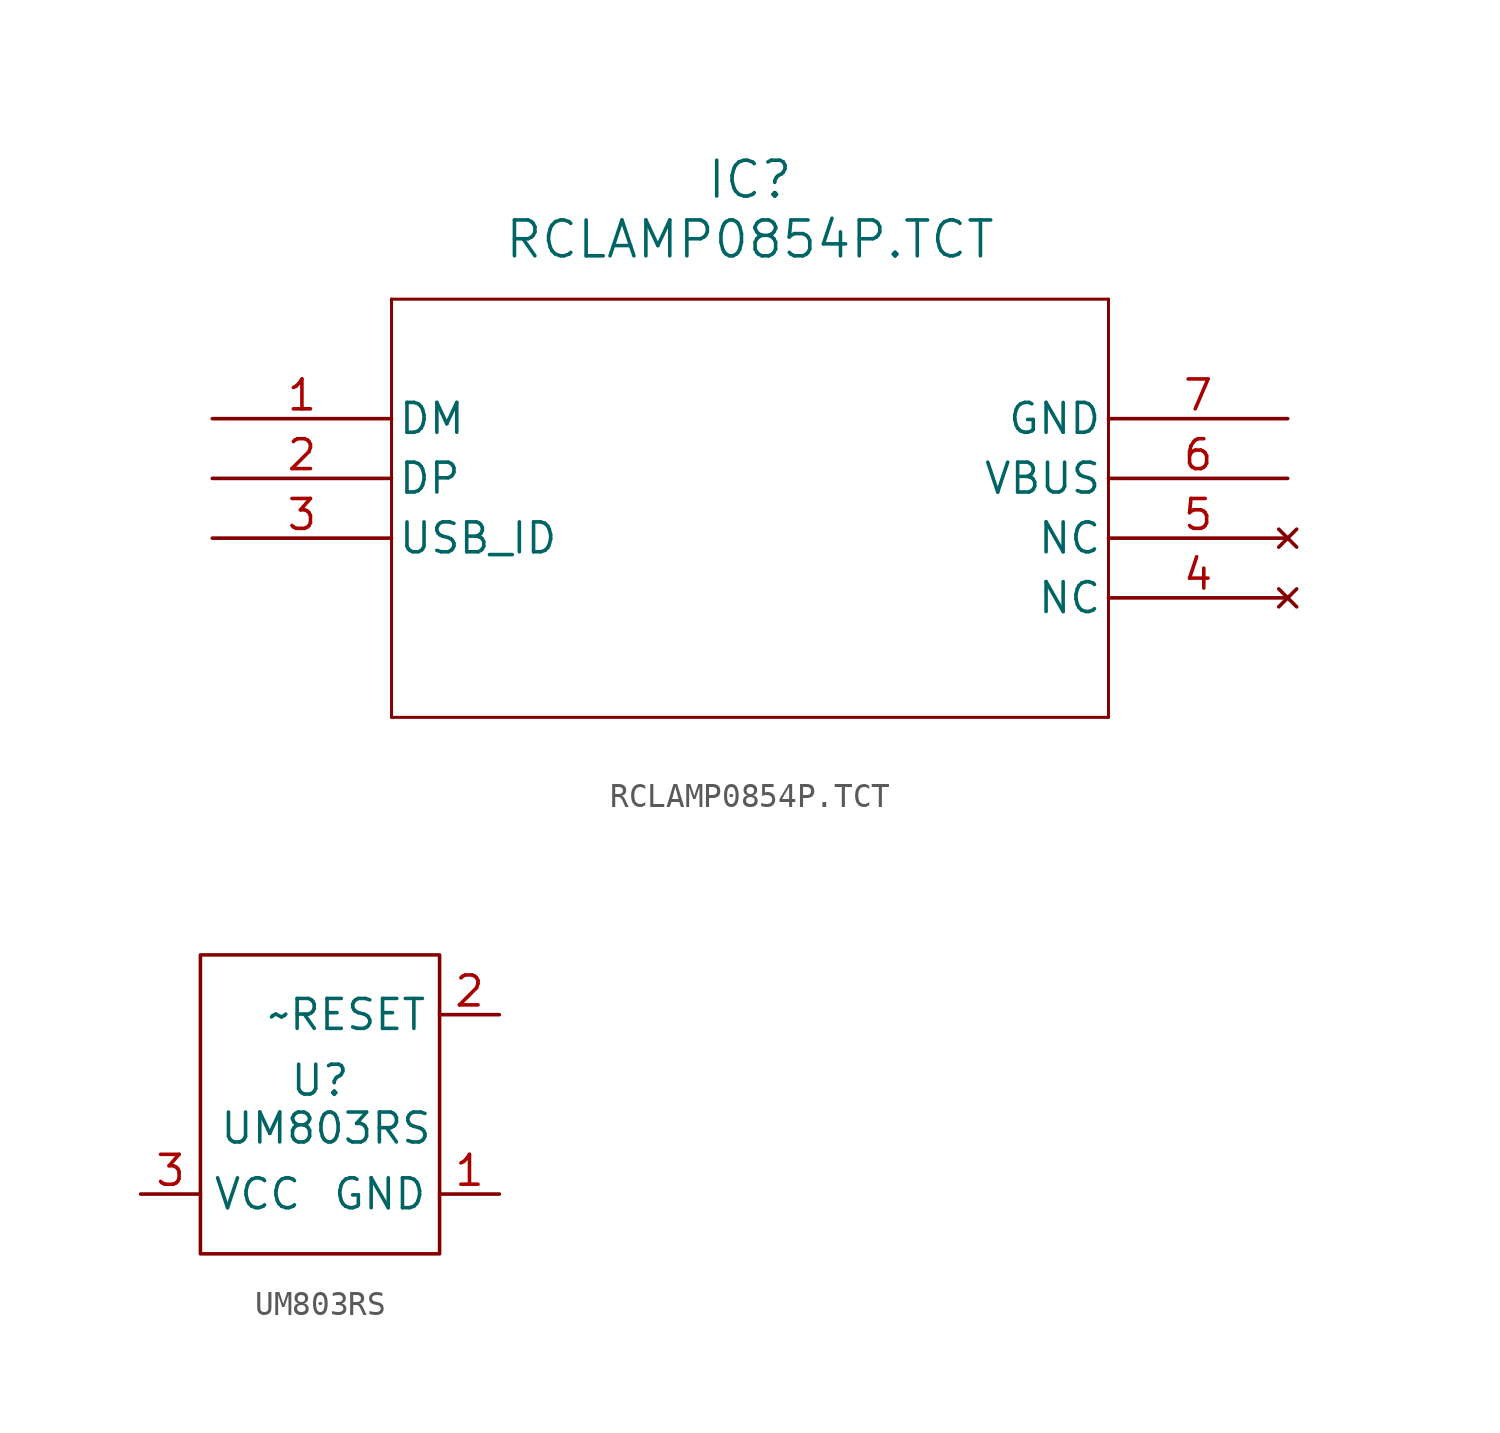
<source format=kicad_sym>
(kicad_symbol_lib
  (version 20231120)
  (generator "kicad_symbol_editor")
  (generator_version "8.0")
  (symbol "RCLAMP0854P.TCT"
    (pin_names
      (offset 0.254))
    (property "Reference" "IC"
      (at 22.86 10.16 0)
      (effects (font (size 1.524 1.524))))
    (property "Value" "RCLAMP0854P.TCT"
      (at 22.86 7.62 0)
      (effects (font (size 1.524 1.524))))
    (property "ki_locked" ""
      (at 0 0 0)
      (effects (font (size 1.27 1.27))))
    (symbol "RCLAMP0854P.TCT_0_1"
      (polyline (pts (xy 7.62 -12.7) (xy 38.1 -12.7)) (stroke (width 0.127) (type default)) (fill (type none)))
      (polyline (pts (xy 7.62 5.08) (xy 7.62 -12.7)) (stroke (width 0.127) (type default)) (fill (type none)))
      (polyline (pts (xy 38.1 -12.7) (xy 38.1 5.08)) (stroke (width 0.127) (type default)) (fill (type none)))
      (polyline (pts (xy 38.1 5.08) (xy 7.62 5.08)) (stroke (width 0.127) (type default)) (fill (type none)))
      (pin unspecified line (at 0 0 0) (length 7.62) (name "DM" (effects (font (size 1.27 1.27)))) (number "1" (effects (font (size 1.27 1.27)))))
      (pin unspecified line (at 0 -2.54 0) (length 7.62) (name "DP" (effects (font (size 1.27 1.27)))) (number "2" (effects (font (size 1.27 1.27)))))
      (pin unspecified line (at 0 -5.08 0) (length 7.62) (name "USB_ID" (effects (font (size 1.27 1.27)))) (number "3" (effects (font (size 1.27 1.27)))))
      (pin no_connect line (at 45.72 -7.62 180) (length 7.62) (name "NC" (effects (font (size 1.27 1.27)))) (number "4" (effects (font (size 1.27 1.27)))))
      (pin no_connect line (at 45.72 -5.08 180) (length 7.62) (name "NC" (effects (font (size 1.27 1.27)))) (number "5" (effects (font (size 1.27 1.27)))))
      (pin unspecified line (at 45.72 -2.54 180) (length 7.62) (name "VBUS" (effects (font (size 1.27 1.27)))) (number "6" (effects (font (size 1.27 1.27)))))
      (pin power_out line (at 45.72 0 180) (length 7.62) (name "GND" (effects (font (size 1.27 1.27)))) (number "7" (effects (font (size 1.27 1.27)))))))
  (symbol "UM803RS"
    (property "Reference" "U"
      (at 0 1.016 0)
      (effects (font (size 1.27 1.27))))
    (property "Value" "UM803RS"
      (at 0.254 -1.016 0)
      (effects (font (size 1.27 1.27))))
    (symbol "UM803RS_0_1"
      (rectangle (start -5.08 6.35) (end 5.08 -6.35) (stroke (width 0) (type default)) (fill (type none))))
    (symbol "UM803RS_1_1"
      (pin input line (at 7.62 -3.81 180) (length 2.54) (name "GND" (effects (font (size 1.27 1.27)))) (number "1" (effects (font (size 1.27 1.27)))))
      (pin input line (at 7.62 3.81 180) (length 2.54) (name "~RESET" (effects (font (size 1.27 1.27)))) (number "2" (effects (font (size 1.27 1.27)))))
      (pin input line (at -7.62 -3.81 0) (length 2.54) (name "VCC" (effects (font (size 1.27 1.27)))) (number "3" (effects (font (size 1.27 1.27))))))))
</source>
